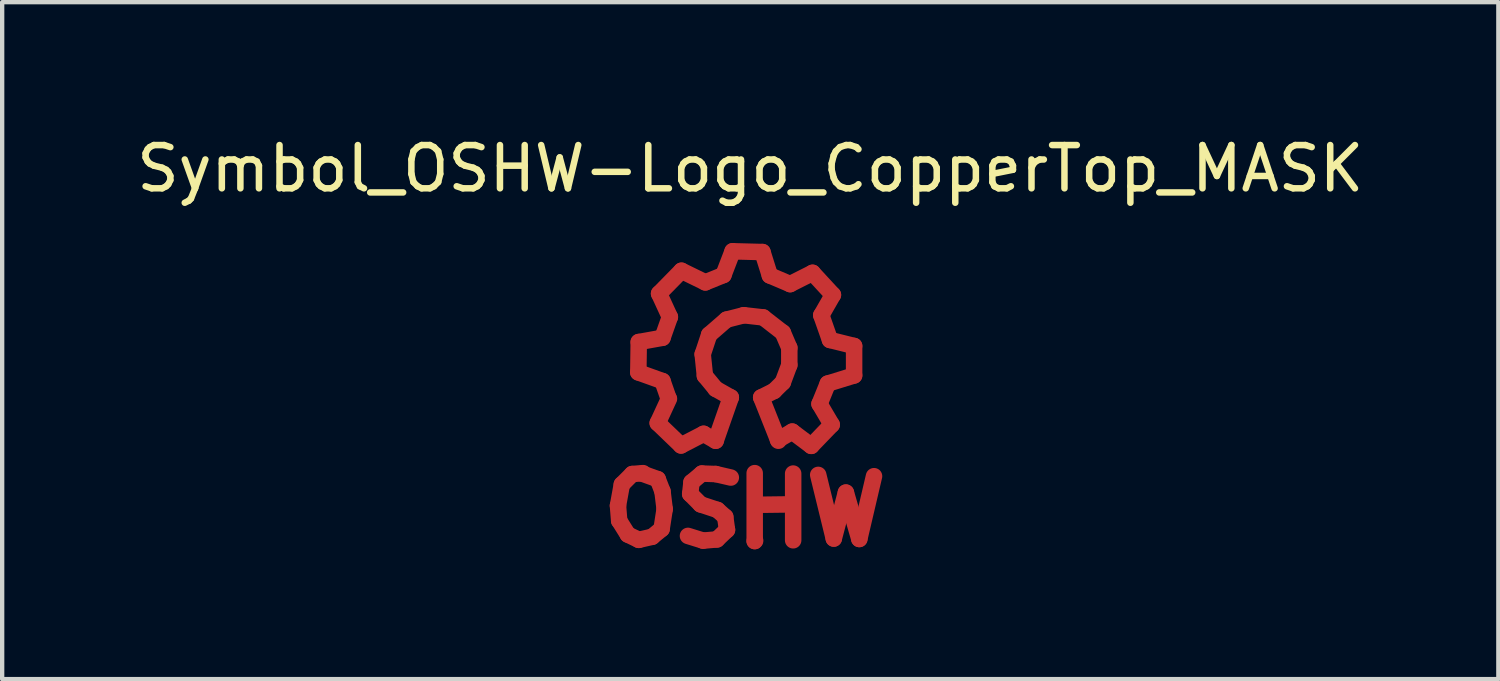
<source format=kicad_pcb>
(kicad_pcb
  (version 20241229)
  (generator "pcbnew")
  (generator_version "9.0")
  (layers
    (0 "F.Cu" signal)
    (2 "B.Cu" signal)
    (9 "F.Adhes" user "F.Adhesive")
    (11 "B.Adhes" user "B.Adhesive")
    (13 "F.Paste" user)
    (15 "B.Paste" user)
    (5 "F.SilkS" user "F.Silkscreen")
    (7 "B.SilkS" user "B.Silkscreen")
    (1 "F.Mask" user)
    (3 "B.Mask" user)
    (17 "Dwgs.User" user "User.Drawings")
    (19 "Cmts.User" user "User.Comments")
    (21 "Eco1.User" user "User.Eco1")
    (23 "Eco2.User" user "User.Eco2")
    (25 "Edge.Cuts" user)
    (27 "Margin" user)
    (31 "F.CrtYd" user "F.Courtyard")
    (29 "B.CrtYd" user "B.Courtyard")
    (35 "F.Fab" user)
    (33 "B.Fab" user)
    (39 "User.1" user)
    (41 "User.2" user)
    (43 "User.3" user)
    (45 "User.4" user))
  (footprint "Symbol_OSHW-Logo_CopperTop_MASK"
    (layer "F.Cu")
    (at 14.193 5.237)
    (property "Reference" "Symbol_OSHW-Logo_CopperTop_MASK" (at 0.099 -4.389 0) (layer "F.SilkS") (effects (font (size 1 1) (thickness 0.15))))
    (attr through_hole)
    (fp_line (start -2.959 3.401) (end -2.931 3.749) (stroke (width 0.381) (type solid)) (layer "F.Cu"))
    (fp_line (start -2.931 3.749) (end -2.731 4.069) (stroke (width 0.381) (type solid)) (layer "F.Cu"))
    (fp_line (start -2.87 2.911) (end -2.959 3.401) (stroke (width 0.381) (type solid)) (layer "F.Cu"))
    (fp_line (start -2.731 4.069) (end -2.479 4.191) (stroke (width 0.381) (type solid)) (layer "F.Cu"))
    (fp_line (start -2.629 2.67) (end -2.87 2.911) (stroke (width 0.381) (type solid)) (layer "F.Cu"))
    (fp_line (start -2.489 0.32) (end -1.93 0.521) (stroke (width 0.381) (type solid)) (layer "F.Cu"))
    (fp_line (start -2.479 -0.381) (end -2.489 0.32) (stroke (width 0.381) (type solid)) (layer "F.Cu"))
    (fp_line (start -2.479 4.191) (end -2.169 4.12) (stroke (width 0.381) (type solid)) (layer "F.Cu"))
    (fp_line (start -2.38 2.649) (end -2.629 2.67) (stroke (width 0.381) (type solid)) (layer "F.Cu"))
    (fp_line (start -2.169 4.12) (end -1.951 3.94) (stroke (width 0.381) (type solid)) (layer "F.Cu"))
    (fp_line (start -2.04 1.491) (end -1.501 2.009) (stroke (width 0.381) (type solid)) (layer "F.Cu"))
    (fp_line (start -2.04 2.789) (end -2.4 2.659) (stroke (width 0.381) (type solid)) (layer "F.Cu"))
    (fp_line (start -2.009 -1.501) (end -1.76 -0.96) (stroke (width 0.381) (type solid)) (layer "F.Cu"))
    (fp_line (start -1.951 3.94) (end -1.88 3.48) (stroke (width 0.381) (type solid)) (layer "F.Cu"))
    (fp_line (start -1.93 -0.48) (end -2.479 -0.381) (stroke (width 0.381) (type solid)) (layer "F.Cu"))
    (fp_line (start -1.93 0.521) (end -1.791 0.919) (stroke (width 0.381) (type solid)) (layer "F.Cu"))
    (fp_line (start -1.93 3.071) (end -2.04 2.789) (stroke (width 0.381) (type solid)) (layer "F.Cu"))
    (fp_line (start -1.88 3.48) (end -1.93 3.071) (stroke (width 0.381) (type solid)) (layer "F.Cu"))
    (fp_line (start -1.781 0.93) (end -2.04 1.491) (stroke (width 0.381) (type solid)) (layer "F.Cu"))
    (fp_line (start -1.76 -0.96) (end -1.93 -0.48) (stroke (width 0.381) (type solid)) (layer "F.Cu"))
    (fp_line (start -1.501 2.009) (end -0.98 1.74) (stroke (width 0.381) (type solid)) (layer "F.Cu"))
    (fp_line (start -1.491 -2.029) (end -2.009 -1.501) (stroke (width 0.381) (type solid)) (layer "F.Cu"))
    (fp_line (start -1.29 3.129) (end -1.049 3.371) (stroke (width 0.381) (type solid)) (layer "F.Cu"))
    (fp_line (start -1.26 2.86) (end -1.29 3.129) (stroke (width 0.381) (type solid)) (layer "F.Cu"))
    (fp_line (start -1.049 3.371) (end -0.66 3.5) (stroke (width 0.381) (type solid)) (layer "F.Cu"))
    (fp_line (start -1.021 2.659) (end -1.26 2.86) (stroke (width 0.381) (type solid)) (layer "F.Cu"))
    (fp_line (start -1.001 -0.099) (end -0.95 0.399) (stroke (width 0.381) (type solid)) (layer "F.Cu"))
    (fp_line (start -0.991 4.209) (end -1.341 4.1) (stroke (width 0.381) (type solid)) (layer "F.Cu"))
    (fp_line (start -0.98 1.74) (end -0.701 1.9) (stroke (width 0.381) (type solid)) (layer "F.Cu"))
    (fp_line (start -0.95 0.399) (end -0.701 0.701) (stroke (width 0.381) (type solid)) (layer "F.Cu"))
    (fp_line (start -0.94 -1.76) (end -1.491 -2.029) (stroke (width 0.381) (type solid)) (layer "F.Cu"))
    (fp_line (start -0.851 -0.551) (end -1.001 -0.099) (stroke (width 0.381) (type solid)) (layer "F.Cu"))
    (fp_line (start -0.701 0.701) (end -0.351 0.899) (stroke (width 0.381) (type solid)) (layer "F.Cu"))
    (fp_line (start -0.701 2.67) (end -1.021 2.659) (stroke (width 0.381) (type solid)) (layer "F.Cu"))
    (fp_line (start -0.671 4.181) (end -0.991 4.209) (stroke (width 0.381) (type solid)) (layer "F.Cu"))
    (fp_line (start -0.66 3.5) (end -0.48 3.66) (stroke (width 0.381) (type solid)) (layer "F.Cu"))
    (fp_line (start -0.521 -1.93) (end -0.94 -1.76) (stroke (width 0.381) (type solid)) (layer "F.Cu"))
    (fp_line (start -0.48 3.66) (end -0.439 3.96) (stroke (width 0.381) (type solid)) (layer "F.Cu"))
    (fp_line (start -0.45 -0.899) (end -0.851 -0.551) (stroke (width 0.381) (type solid)) (layer "F.Cu"))
    (fp_line (start -0.439 3.96) (end -0.671 4.181) (stroke (width 0.381) (type solid)) (layer "F.Cu"))
    (fp_line (start -0.351 0.899) (end -0.701 1.9) (stroke (width 0.381) (type solid)) (layer "F.Cu"))
    (fp_line (start -0.351 2.751) (end -0.701 2.67) (stroke (width 0.381) (type solid)) (layer "F.Cu"))
    (fp_line (start -0.31 -2.479) (end -0.521 -1.93) (stroke (width 0.381) (type solid)) (layer "F.Cu"))
    (fp_line (start -0.051 -1.001) (end -0.45 -0.899) (stroke (width 0.381) (type solid)) (layer "F.Cu"))
    (fp_line (start 0.201 2.649) (end 0.201 4.219) (stroke (width 0.381) (type solid)) (layer "F.Cu"))
    (fp_line (start 0.201 4.219) (end 0.211 4.209) (stroke (width 0.381) (type solid)) (layer "F.Cu"))
    (fp_line (start 0.249 3.381) (end 1.039 3.371) (stroke (width 0.381) (type solid)) (layer "F.Cu"))
    (fp_line (start 0.351 0.899) (end 0.65 0.749) (stroke (width 0.381) (type solid)) (layer "F.Cu"))
    (fp_line (start 0.351 0.899) (end 0.749 1.9) (stroke (width 0.381) (type solid)) (layer "F.Cu"))
    (fp_line (start 0.381 -2.461) (end -0.31 -2.479) (stroke (width 0.381) (type solid)) (layer "F.Cu"))
    (fp_line (start 0.399 -0.95) (end -0.051 -1.001) (stroke (width 0.381) (type solid)) (layer "F.Cu"))
    (fp_line (start 0.551 -1.92) (end 0.381 -2.461) (stroke (width 0.381) (type solid)) (layer "F.Cu"))
    (fp_line (start 0.65 0.749) (end 0.851 0.551) (stroke (width 0.381) (type solid)) (layer "F.Cu"))
    (fp_line (start 0.739 1.88) (end 1.069 1.689) (stroke (width 0.381) (type solid)) (layer "F.Cu"))
    (fp_line (start 0.851 -0.599) (end 0.399 -0.95) (stroke (width 0.381) (type solid)) (layer "F.Cu"))
    (fp_line (start 0.851 0.551) (end 1.001 0.15) (stroke (width 0.381) (type solid)) (layer "F.Cu"))
    (fp_line (start 1.001 -0.249) (end 0.851 -0.599) (stroke (width 0.381) (type solid)) (layer "F.Cu"))
    (fp_line (start 1.001 0.15) (end 1.001 -0.249) (stroke (width 0.381) (type solid)) (layer "F.Cu"))
    (fp_line (start 1.021 -1.72) (end 0.551 -1.92) (stroke (width 0.381) (type solid)) (layer "F.Cu"))
    (fp_line (start 1.039 3.371) (end 1.049 3.381) (stroke (width 0.381) (type solid)) (layer "F.Cu"))
    (fp_line (start 1.049 3.381) (end 1.049 3.371) (stroke (width 0.381) (type solid)) (layer "F.Cu"))
    (fp_line (start 1.069 1.689) (end 1.509 2.019) (stroke (width 0.381) (type solid)) (layer "F.Cu"))
    (fp_line (start 1.09 2.659) (end 1.09 4.201) (stroke (width 0.381) (type solid)) (layer "F.Cu"))
    (fp_line (start 1.509 2.019) (end 1.981 1.529) (stroke (width 0.381) (type solid)) (layer "F.Cu"))
    (fp_line (start 1.539 -1.981) (end 1.021 -1.72) (stroke (width 0.381) (type solid)) (layer "F.Cu"))
    (fp_line (start 1.669 2.69) (end 2.029 4.161) (stroke (width 0.381) (type solid)) (layer "F.Cu"))
    (fp_line (start 1.699 1.049) (end 1.89 0.579) (stroke (width 0.381) (type solid)) (layer "F.Cu"))
    (fp_line (start 1.74 -1.001) (end 2.009 -1.471) (stroke (width 0.381) (type solid)) (layer "F.Cu"))
    (fp_line (start 1.89 0.579) (end 2.499 0.391) (stroke (width 0.381) (type solid)) (layer "F.Cu"))
    (fp_line (start 1.941 -0.429) (end 1.74 -1.001) (stroke (width 0.381) (type solid)) (layer "F.Cu"))
    (fp_line (start 1.981 1.529) (end 1.699 1.049) (stroke (width 0.381) (type solid)) (layer "F.Cu"))
    (fp_line (start 2.009 -1.471) (end 1.539 -1.981) (stroke (width 0.381) (type solid)) (layer "F.Cu"))
    (fp_line (start 2.029 4.161) (end 2.309 3.099) (stroke (width 0.381) (type solid)) (layer "F.Cu"))
    (fp_line (start 2.309 3.099) (end 2.619 4.171) (stroke (width 0.381) (type solid)) (layer "F.Cu"))
    (fp_line (start 2.499 -0.29) (end 1.941 -0.429) (stroke (width 0.381) (type solid)) (layer "F.Cu"))
    (fp_line (start 2.499 0.391) (end 2.499 -0.29) (stroke (width 0.381) (type solid)) (layer "F.Cu"))
    (fp_line (start 2.619 4.171) (end 2.959 2.72) (stroke (width 0.381) (type solid)) (layer "F.Cu"))
    (fp_line (start -2.959 3.401) (end -2.931 3.749) (stroke (width 0.381) (type solid)) (layer "F.Mask"))
    (fp_line (start -2.931 3.749) (end -2.731 4.069) (stroke (width 0.381) (type solid)) (layer "F.Mask"))
    (fp_line (start -2.87 2.911) (end -2.959 3.401) (stroke (width 0.381) (type solid)) (layer "F.Mask"))
    (fp_line (start -2.731 4.069) (end -2.479 4.191) (stroke (width 0.381) (type solid)) (layer "F.Mask"))
    (fp_line (start -2.629 2.67) (end -2.87 2.911) (stroke (width 0.381) (type solid)) (layer "F.Mask"))
    (fp_line (start -2.489 0.32) (end -1.93 0.521) (stroke (width 0.381) (type solid)) (layer "F.Mask"))
    (fp_line (start -2.479 -0.381) (end -2.489 0.32) (stroke (width 0.381) (type solid)) (layer "F.Mask"))
    (fp_line (start -2.479 4.191) (end -2.169 4.12) (stroke (width 0.381) (type solid)) (layer "F.Mask"))
    (fp_line (start -2.38 2.649) (end -2.629 2.67) (stroke (width 0.381) (type solid)) (layer "F.Mask"))
    (fp_line (start -2.169 4.12) (end -1.951 3.94) (stroke (width 0.381) (type solid)) (layer "F.Mask"))
    (fp_line (start -2.04 1.491) (end -1.501 2.009) (stroke (width 0.381) (type solid)) (layer "F.Mask"))
    (fp_line (start -2.04 2.789) (end -2.4 2.659) (stroke (width 0.381) (type solid)) (layer "F.Mask"))
    (fp_line (start -2.009 -1.501) (end -1.76 -0.96) (stroke (width 0.381) (type solid)) (layer "F.Mask"))
    (fp_line (start -1.951 3.94) (end -1.88 3.48) (stroke (width 0.381) (type solid)) (layer "F.Mask"))
    (fp_line (start -1.93 -0.48) (end -2.479 -0.381) (stroke (width 0.381) (type solid)) (layer "F.Mask"))
    (fp_line (start -1.93 0.521) (end -1.791 0.919) (stroke (width 0.381) (type solid)) (layer "F.Mask"))
    (fp_line (start -1.93 3.071) (end -2.04 2.789) (stroke (width 0.381) (type solid)) (layer "F.Mask"))
    (fp_line (start -1.88 3.48) (end -1.93 3.071) (stroke (width 0.381) (type solid)) (layer "F.Mask"))
    (fp_line (start -1.781 0.93) (end -2.04 1.491) (stroke (width 0.381) (type solid)) (layer "F.Mask"))
    (fp_line (start -1.76 -0.96) (end -1.93 -0.48) (stroke (width 0.381) (type solid)) (layer "F.Mask"))
    (fp_line (start -1.501 2.009) (end -0.98 1.74) (stroke (width 0.381) (type solid)) (layer "F.Mask"))
    (fp_line (start -1.491 -2.029) (end -2.009 -1.501) (stroke (width 0.381) (type solid)) (layer "F.Mask"))
    (fp_line (start -1.29 3.129) (end -1.049 3.371) (stroke (width 0.381) (type solid)) (layer "F.Mask"))
    (fp_line (start -1.26 2.86) (end -1.29 3.129) (stroke (width 0.381) (type solid)) (layer "F.Mask"))
    (fp_line (start -1.049 3.371) (end -0.66 3.5) (stroke (width 0.381) (type solid)) (layer "F.Mask"))
    (fp_line (start -1.021 2.659) (end -1.26 2.86) (stroke (width 0.381) (type solid)) (layer "F.Mask"))
    (fp_line (start -1.001 -0.099) (end -0.95 0.399) (stroke (width 0.381) (type solid)) (layer "F.Mask"))
    (fp_line (start -0.991 4.209) (end -1.341 4.1) (stroke (width 0.381) (type solid)) (layer "F.Mask"))
    (fp_line (start -0.98 1.74) (end -0.701 1.9) (stroke (width 0.381) (type solid)) (layer "F.Mask"))
    (fp_line (start -0.95 0.399) (end -0.701 0.701) (stroke (width 0.381) (type solid)) (layer "F.Mask"))
    (fp_line (start -0.94 -1.76) (end -1.491 -2.029) (stroke (width 0.381) (type solid)) (layer "F.Mask"))
    (fp_line (start -0.851 -0.551) (end -1.001 -0.099) (stroke (width 0.381) (type solid)) (layer "F.Mask"))
    (fp_line (start -0.701 0.701) (end -0.351 0.899) (stroke (width 0.381) (type solid)) (layer "F.Mask"))
    (fp_line (start -0.701 2.67) (end -1.021 2.659) (stroke (width 0.381) (type solid)) (layer "F.Mask"))
    (fp_line (start -0.671 4.181) (end -0.991 4.209) (stroke (width 0.381) (type solid)) (layer "F.Mask"))
    (fp_line (start -0.66 3.5) (end -0.48 3.66) (stroke (width 0.381) (type solid)) (layer "F.Mask"))
    (fp_line (start -0.521 -1.93) (end -0.94 -1.76) (stroke (width 0.381) (type solid)) (layer "F.Mask"))
    (fp_line (start -0.48 3.66) (end -0.439 3.96) (stroke (width 0.381) (type solid)) (layer "F.Mask"))
    (fp_line (start -0.45 -0.899) (end -0.851 -0.551) (stroke (width 0.381) (type solid)) (layer "F.Mask"))
    (fp_line (start -0.439 3.96) (end -0.671 4.181) (stroke (width 0.381) (type solid)) (layer "F.Mask"))
    (fp_line (start -0.351 0.899) (end -0.701 1.9) (stroke (width 0.381) (type solid)) (layer "F.Mask"))
    (fp_line (start -0.351 2.751) (end -0.701 2.67) (stroke (width 0.381) (type solid)) (layer "F.Mask"))
    (fp_line (start -0.31 -2.479) (end -0.521 -1.93) (stroke (width 0.381) (type solid)) (layer "F.Mask"))
    (fp_line (start -0.051 -1.001) (end -0.45 -0.899) (stroke (width 0.381) (type solid)) (layer "F.Mask"))
    (fp_line (start 0.201 2.649) (end 0.201 4.219) (stroke (width 0.381) (type solid)) (layer "F.Mask"))
    (fp_line (start 0.201 4.219) (end 0.211 4.209) (stroke (width 0.381) (type solid)) (layer "F.Mask"))
    (fp_line (start 0.249 3.381) (end 1.039 3.371) (stroke (width 0.381) (type solid)) (layer "F.Mask"))
    (fp_line (start 0.351 0.899) (end 0.65 0.749) (stroke (width 0.381) (type solid)) (layer "F.Mask"))
    (fp_line (start 0.351 0.899) (end 0.749 1.9) (stroke (width 0.381) (type solid)) (layer "F.Mask"))
    (fp_line (start 0.381 -2.461) (end -0.31 -2.479) (stroke (width 0.381) (type solid)) (layer "F.Mask"))
    (fp_line (start 0.399 -0.95) (end -0.051 -1.001) (stroke (width 0.381) (type solid)) (layer "F.Mask"))
    (fp_line (start 0.551 -1.92) (end 0.381 -2.461) (stroke (width 0.381) (type solid)) (layer "F.Mask"))
    (fp_line (start 0.65 0.749) (end 0.851 0.551) (stroke (width 0.381) (type solid)) (layer "F.Mask"))
    (fp_line (start 0.739 1.88) (end 1.069 1.689) (stroke (width 0.381) (type solid)) (layer "F.Mask"))
    (fp_line (start 0.851 -0.599) (end 0.399 -0.95) (stroke (width 0.381) (type solid)) (layer "F.Mask"))
    (fp_line (start 0.851 0.551) (end 1.001 0.15) (stroke (width 0.381) (type solid)) (layer "F.Mask"))
    (fp_line (start 1.001 -0.249) (end 0.851 -0.599) (stroke (width 0.381) (type solid)) (layer "F.Mask"))
    (fp_line (start 1.001 0.15) (end 1.001 -0.249) (stroke (width 0.381) (type solid)) (layer "F.Mask"))
    (fp_line (start 1.021 -1.72) (end 0.551 -1.92) (stroke (width 0.381) (type solid)) (layer "F.Mask"))
    (fp_line (start 1.039 3.371) (end 1.049 3.381) (stroke (width 0.381) (type solid)) (layer "F.Mask"))
    (fp_line (start 1.049 3.381) (end 1.049 3.371) (stroke (width 0.381) (type solid)) (layer "F.Mask"))
    (fp_line (start 1.069 1.689) (end 1.509 2.019) (stroke (width 0.381) (type solid)) (layer "F.Mask"))
    (fp_line (start 1.09 2.659) (end 1.09 4.201) (stroke (width 0.381) (type solid)) (layer "F.Mask"))
    (fp_line (start 1.509 2.019) (end 1.981 1.529) (stroke (width 0.381) (type solid)) (layer "F.Mask"))
    (fp_line (start 1.539 -1.981) (end 1.021 -1.72) (stroke (width 0.381) (type solid)) (layer "F.Mask"))
    (fp_line (start 1.669 2.69) (end 2.029 4.161) (stroke (width 0.381) (type solid)) (layer "F.Mask"))
    (fp_line (start 1.699 1.049) (end 1.89 0.579) (stroke (width 0.381) (type solid)) (layer "F.Mask"))
    (fp_line (start 1.74 -1.001) (end 2.009 -1.471) (stroke (width 0.381) (type solid)) (layer "F.Mask"))
    (fp_line (start 1.89 0.579) (end 2.499 0.391) (stroke (width 0.381) (type solid)) (layer "F.Mask"))
    (fp_line (start 1.941 -0.429) (end 1.74 -1.001) (stroke (width 0.381) (type solid)) (layer "F.Mask"))
    (fp_line (start 1.981 1.529) (end 1.699 1.049) (stroke (width 0.381) (type solid)) (layer "F.Mask"))
    (fp_line (start 2.009 -1.471) (end 1.539 -1.981) (stroke (width 0.381) (type solid)) (layer "F.Mask"))
    (fp_line (start 2.029 4.161) (end 2.309 3.099) (stroke (width 0.381) (type solid)) (layer "F.Mask"))
    (fp_line (start 2.309 3.099) (end 2.619 4.171) (stroke (width 0.381) (type solid)) (layer "F.Mask"))
    (fp_line (start 2.499 -0.29) (end 1.941 -0.429) (stroke (width 0.381) (type solid)) (layer "F.Mask"))
    (fp_line (start 2.499 0.391) (end 2.499 -0.29) (stroke (width 0.381) (type solid)) (layer "F.Mask"))
    (fp_line (start 2.619 4.171) (end 2.959 2.72) (stroke (width 0.381) (type solid)) (layer "F.Mask")))
  (gr_rect
    (start -3 -3)
    (end 31.583 12.647)
    (stroke (width 0.1) (type default))
    (fill no)
    (layer "Edge.Cuts")))
</source>
